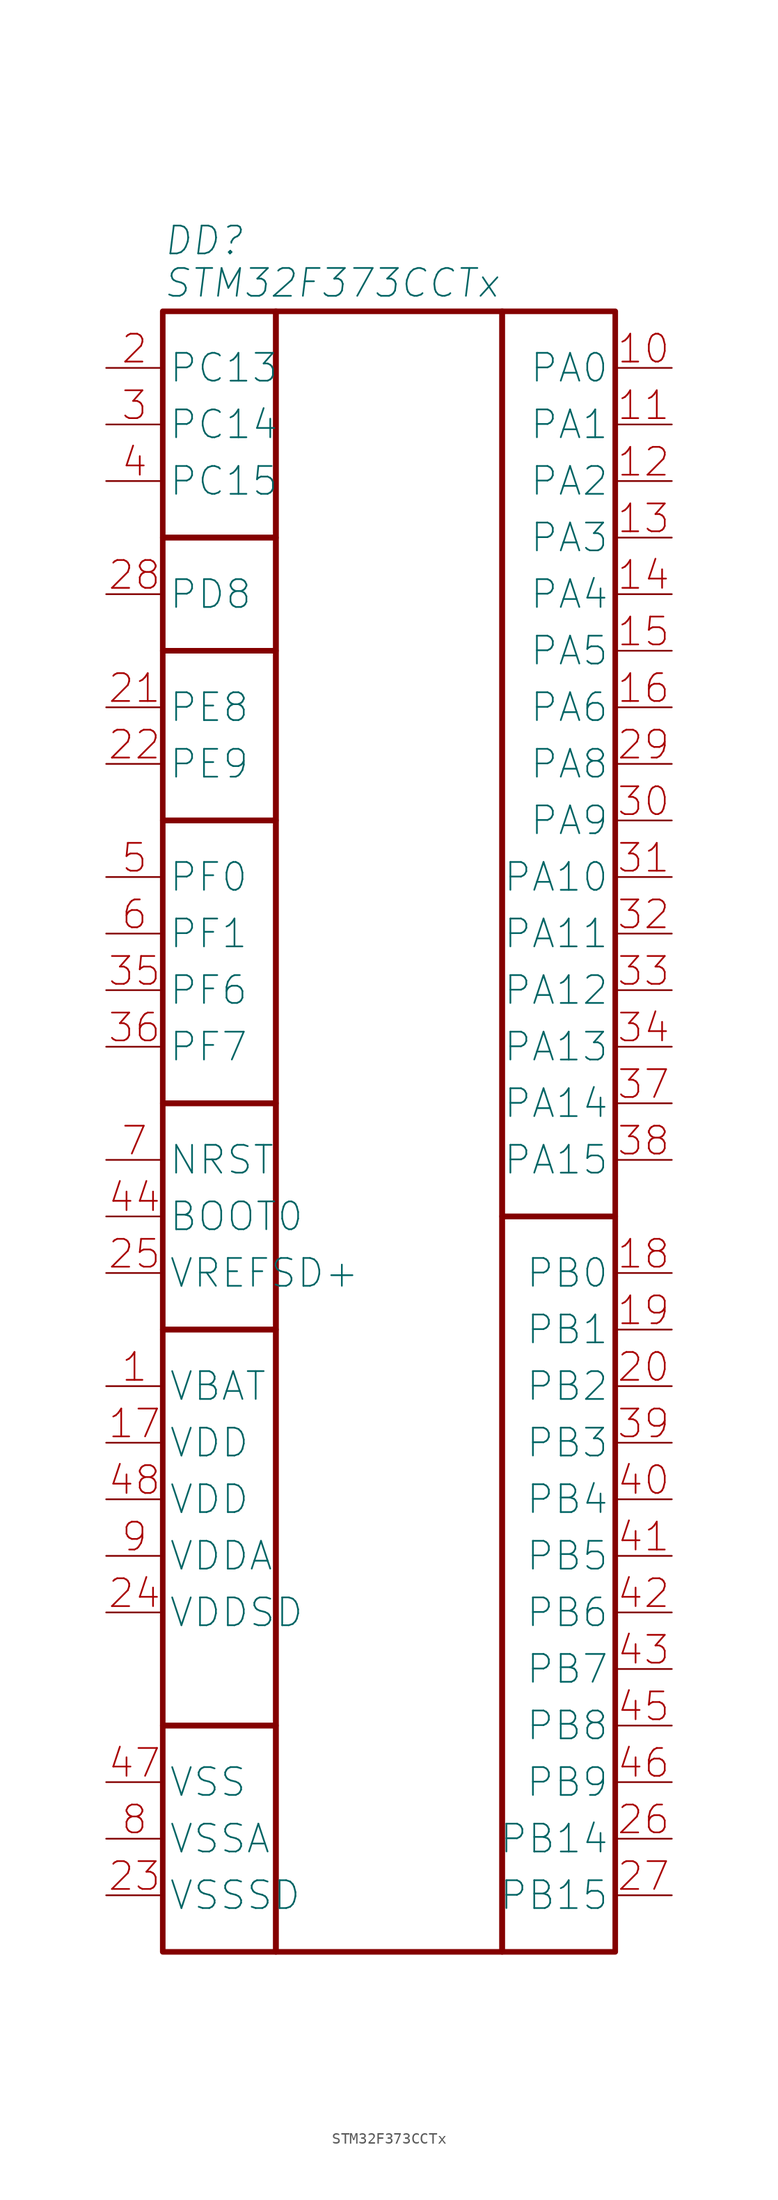
<source format=kicad_sym>
(kicad_symbol_lib
  (version 20231120)
  (generator "kicad_symbol_editor")
  (generator_version "8.0")
  (symbol "STM32F373CCTx"
    (property "Reference" "DD"
      (at -20.32 6.35 0)
      (effects (font (size 2.5 2.5) (italic yes)) (justify left)))
    (property "Value" "STM32F373CCTx"
      (at -20.32 2.54 0)
      (effects (font (size 2.5 2.5) (italic yes)) (justify left)))
    (symbol "STM32F373CCTx_1_1"
      (rectangle (start -20.32 -127) (end -10.16 -147.32) (stroke (width 0.5) (type default)) (fill (type none)))
      (rectangle (start -20.32 -91.44) (end -10.16 -127) (stroke (width 0.5) (type default)) (fill (type none)))
      (rectangle (start -20.32 -71.12) (end -10.16 -91.44) (stroke (width 0.5) (type default)) (fill (type none)))
      (rectangle (start -20.32 -45.72) (end -10.16 -71.12) (stroke (width 0.5) (type default)) (fill (type none)))
      (rectangle (start -20.32 -30.48) (end -10.16 -45.72) (stroke (width 0.5) (type default)) (fill (type none)))
      (rectangle (start -20.32 -20.32) (end -10.16 -30.48) (stroke (width 0.5) (type default)) (fill (type none)))
      (rectangle (start -20.32 0) (end -10.16 -20.32) (stroke (width 0.5) (type default)) (fill (type none)))
      (rectangle (start -10.16 0) (end 10.16 -147.32) (stroke (width 0.5) (type default)) (fill (type none)))
      (rectangle (start 10.16 -81.28) (end 20.32 -147.32) (stroke (width 0.5) (type default)) (fill (type none)))
      (rectangle (start 10.16 0) (end 20.32 -81.28) (stroke (width 0.5) (type default)) (fill (type none)))
      (pin power_in line (at -25.4 -96.52 0) (length 5.08) (name "VBAT" (effects (font (size 2.5 2.5)))) (number "1" (effects (font (size 2.5 2.5)))))
      (pin bidirectional line (at 25.4 -5.08 180) (length 5.08) (name "PA0" (effects (font (size 2.5 2.5)))) (number "10" (effects (font (size 2.5 2.5)))) (alternate "ADC1_IN0" bidirectional line) (alternate "COMP1_INM" bidirectional line) (alternate "COMP1_OUT" bidirectional line) (alternate "RTC_TAMP2" bidirectional line) (alternate "SYS_WKUP1" bidirectional line) (alternate "TIM19_CH1" bidirectional line) (alternate "TIM2_CH1" bidirectional line) (alternate "TIM2_ETR" bidirectional line) (alternate "TIM5_CH1" bidirectional line) (alternate "TIM5_ETR" bidirectional line) (alternate "TSC_G1_IO1" bidirectional line) (alternate "USART2_CTS" bidirectional line))
      (pin bidirectional line (at 25.4 -10.16 180) (length 5.08) (name "PA1" (effects (font (size 2.5 2.5)))) (number "11" (effects (font (size 2.5 2.5)))) (alternate "ADC1_IN1" bidirectional line) (alternate "COMP1_INP" bidirectional line) (alternate "I2S3_CK" bidirectional line) (alternate "RTC_REFIN" bidirectional line) (alternate "SPI3_SCK" bidirectional line) (alternate "TIM15_CH1N" bidirectional line) (alternate "TIM19_CH2" bidirectional line) (alternate "TIM2_CH2" bidirectional line) (alternate "TIM5_CH2" bidirectional line) (alternate "TSC_G1_IO2" bidirectional line) (alternate "USART2_DE" bidirectional line) (alternate "USART2_RTS" bidirectional line))
      (pin bidirectional line (at 25.4 -15.24 180) (length 5.08) (name "PA2" (effects (font (size 2.5 2.5)))) (number "12" (effects (font (size 2.5 2.5)))) (alternate "ADC1_IN2" bidirectional line) (alternate "COMP2_INM" bidirectional line) (alternate "COMP2_OUT" bidirectional line) (alternate "I2S3_MCK" bidirectional line) (alternate "SPI3_MISO" bidirectional line) (alternate "TIM15_CH1" bidirectional line) (alternate "TIM19_CH3" bidirectional line) (alternate "TIM2_CH3" bidirectional line) (alternate "TIM5_CH3" bidirectional line) (alternate "TSC_G1_IO3" bidirectional line) (alternate "USART2_TX" bidirectional line))
      (pin bidirectional line (at 25.4 -20.32 180) (length 5.08) (name "PA3" (effects (font (size 2.5 2.5)))) (number "13" (effects (font (size 2.5 2.5)))) (alternate "ADC1_IN3" bidirectional line) (alternate "COMP2_INP" bidirectional line) (alternate "I2S3_SD" bidirectional line) (alternate "SPI3_MOSI" bidirectional line) (alternate "TIM15_CH2" bidirectional line) (alternate "TIM19_CH4" bidirectional line) (alternate "TIM2_CH4" bidirectional line) (alternate "TIM5_CH4" bidirectional line) (alternate "TSC_G1_IO4" bidirectional line) (alternate "USART2_RX" bidirectional line))
      (pin bidirectional line (at 25.4 -25.4 180) (length 5.08) (name "PA4" (effects (font (size 2.5 2.5)))) (number "14" (effects (font (size 2.5 2.5)))) (alternate "ADC1_IN4" bidirectional line) (alternate "DAC1_OUT1" bidirectional line) (alternate "I2S1_WS" bidirectional line) (alternate "I2S3_WS" bidirectional line) (alternate "SPI1_NSS" bidirectional line) (alternate "SPI3_NSS" bidirectional line) (alternate "TIM12_CH1" bidirectional line) (alternate "TIM3_CH2" bidirectional line) (alternate "TSC_G2_IO1" bidirectional line) (alternate "USART2_CK" bidirectional line))
      (pin bidirectional line (at 25.4 -30.48 180) (length 5.08) (name "PA5" (effects (font (size 2.5 2.5)))) (number "15" (effects (font (size 2.5 2.5)))) (alternate "ADC1_IN5" bidirectional line) (alternate "CEC" bidirectional line) (alternate "DAC1_OUT2" bidirectional line) (alternate "I2S1_CK" bidirectional line) (alternate "SPI1_SCK" bidirectional line) (alternate "TIM12_CH2" bidirectional line) (alternate "TIM14_CH1" bidirectional line) (alternate "TIM2_CH1" bidirectional line) (alternate "TIM2_ETR" bidirectional line) (alternate "TSC_G2_IO2" bidirectional line))
      (pin bidirectional line (at 25.4 -35.56 180) (length 5.08) (name "PA6" (effects (font (size 2.5 2.5)))) (number "16" (effects (font (size 2.5 2.5)))) (alternate "ADC1_IN6" bidirectional line) (alternate "COMP1_OUT" bidirectional line) (alternate "DAC2_OUT1" bidirectional line) (alternate "I2S1_MCK" bidirectional line) (alternate "SPI1_MISO" bidirectional line) (alternate "TIM13_CH1" bidirectional line) (alternate "TIM16_CH1" bidirectional line) (alternate "TIM3_CH1" bidirectional line) (alternate "TSC_G2_IO3" bidirectional line))
      (pin power_in line (at -25.4 -101.6 0) (length 5.08) (name "VDD" (effects (font (size 2.5 2.5)))) (number "17" (effects (font (size 2.5 2.5)))))
      (pin bidirectional line (at 25.4 -86.36 180) (length 5.08) (name "PB0" (effects (font (size 2.5 2.5)))) (number "18" (effects (font (size 2.5 2.5)))) (alternate "ADC1_IN8" bidirectional line) (alternate "I2S1_SD" bidirectional line) (alternate "SDADC1_AIN6P" bidirectional line) (alternate "SPI1_MOSI" bidirectional line) (alternate "TIM3_CH2" bidirectional line) (alternate "TIM3_CH3" bidirectional line) (alternate "TSC_G3_IO3" bidirectional line))
      (pin bidirectional line (at 25.4 -91.44 180) (length 5.08) (name "PB1" (effects (font (size 2.5 2.5)))) (number "19" (effects (font (size 2.5 2.5)))) (alternate "ADC1_IN9" bidirectional line) (alternate "SDADC1_AIN5P" bidirectional line) (alternate "SDADC1_AIN6M" bidirectional line) (alternate "TIM3_CH4" bidirectional line) (alternate "TSC_G3_IO4" bidirectional line))
      (pin bidirectional line (at -25.4 -5.08 0) (length 5.08) (name "PC13" (effects (font (size 2.5 2.5)))) (number "2" (effects (font (size 2.5 2.5)))) (alternate "RTC_OUT_ALARM" bidirectional line) (alternate "RTC_OUT_CALIB" bidirectional line) (alternate "RTC_TAMP1" bidirectional line) (alternate "RTC_TS" bidirectional line) (alternate "SYS_WKUP2" bidirectional line))
      (pin bidirectional line (at 25.4 -96.52 180) (length 5.08) (name "PB2" (effects (font (size 2.5 2.5)))) (number "20" (effects (font (size 2.5 2.5)))) (alternate "SDADC1_AIN4P" bidirectional line) (alternate "SDADC2_AIN6P" bidirectional line))
      (pin bidirectional line (at -25.4 -35.56 0) (length 5.08) (name "PE8" (effects (font (size 2.5 2.5)))) (number "21" (effects (font (size 2.5 2.5)))) (alternate "SDADC1_AIN8P" bidirectional line) (alternate "SDADC2_AIN8P" bidirectional line))
      (pin bidirectional line (at -25.4 -40.64 0) (length 5.08) (name "PE9" (effects (font (size 2.5 2.5)))) (number "22" (effects (font (size 2.5 2.5)))) (alternate "DAC1_EXTI9" bidirectional line) (alternate "DAC2_EXTI9" bidirectional line) (alternate "SDADC1_AIN7P" bidirectional line) (alternate "SDADC1_AIN8M" bidirectional line) (alternate "SDADC2_AIN7P" bidirectional line) (alternate "SDADC2_AIN8M" bidirectional line))
      (pin power_in line (at -25.4 -142.24 0) (length 5.08) (name "VSSSD" (effects (font (size 2.5 2.5)))) (number "23" (effects (font (size 2.5 2.5)))))
      (pin power_in line (at -25.4 -116.84 0) (length 5.08) (name "VDDSD" (effects (font (size 2.5 2.5)))) (number "24" (effects (font (size 2.5 2.5)))))
      (pin input line (at -25.4 -86.36 0) (length 5.08) (name "VREFSD+" (effects (font (size 2.5 2.5)))) (number "25" (effects (font (size 2.5 2.5)))))
      (pin bidirectional line (at 25.4 -137.16 180) (length 5.08) (name "PB14" (effects (font (size 2.5 2.5)))) (number "26" (effects (font (size 2.5 2.5)))) (alternate "I2S2_MCK" bidirectional line) (alternate "SDADC3_AIN8P" bidirectional line) (alternate "SPI2_MISO" bidirectional line) (alternate "TIM12_CH1" bidirectional line) (alternate "TIM15_CH1" bidirectional line) (alternate "TSC_G6_IO1" bidirectional line) (alternate "USART3_DE" bidirectional line) (alternate "USART3_RTS" bidirectional line))
      (pin bidirectional line (at 25.4 -142.24 180) (length 5.08) (name "PB15" (effects (font (size 2.5 2.5)))) (number "27" (effects (font (size 2.5 2.5)))) (alternate "ADC1_EXTI15" bidirectional line) (alternate "I2S2_SD" bidirectional line) (alternate "RTC_REFIN" bidirectional line) (alternate "SDADC1_EXTI15" bidirectional line) (alternate "SDADC2_EXTI15" bidirectional line) (alternate "SDADC3_AIN7P" bidirectional line) (alternate "SDADC3_AIN8M" bidirectional line) (alternate "SDADC3_EXTI15" bidirectional line) (alternate "SPI2_MOSI" bidirectional line) (alternate "TIM12_CH2" bidirectional line) (alternate "TIM15_CH1N" bidirectional line) (alternate "TIM15_CH2" bidirectional line) (alternate "TSC_G6_IO2" bidirectional line))
      (pin bidirectional line (at -25.4 -25.4 0) (length 5.08) (name "PD8" (effects (font (size 2.5 2.5)))) (number "28" (effects (font (size 2.5 2.5)))) (alternate "I2S2_CK" bidirectional line) (alternate "SDADC3_AIN6P" bidirectional line) (alternate "SPI2_SCK" bidirectional line) (alternate "TSC_G6_IO3" bidirectional line) (alternate "USART3_TX" bidirectional line))
      (pin bidirectional line (at 25.4 -40.64 180) (length 5.08) (name "PA8" (effects (font (size 2.5 2.5)))) (number "29" (effects (font (size 2.5 2.5)))) (alternate "I2C2_SMBA" bidirectional line) (alternate "I2S2_CK" bidirectional line) (alternate "RCC_MCO" bidirectional line) (alternate "SPI2_SCK" bidirectional line) (alternate "TIM4_ETR" bidirectional line) (alternate "TIM5_CH1" bidirectional line) (alternate "TIM5_ETR" bidirectional line) (alternate "USART1_CK" bidirectional line))
      (pin bidirectional line (at -25.4 -10.16 0) (length 5.08) (name "PC14" (effects (font (size 2.5 2.5)))) (number "3" (effects (font (size 2.5 2.5)))) (alternate "RCC_OSC32_IN" bidirectional line))
      (pin bidirectional line (at 25.4 -45.72 180) (length 5.08) (name "PA9" (effects (font (size 2.5 2.5)))) (number "30" (effects (font (size 2.5 2.5)))) (alternate "DAC1_EXTI9" bidirectional line) (alternate "DAC2_EXTI9" bidirectional line) (alternate "I2C2_SCL" bidirectional line) (alternate "I2S2_MCK" bidirectional line) (alternate "SPI2_MISO" bidirectional line) (alternate "TIM13_CH1" bidirectional line) (alternate "TIM15_BKIN" bidirectional line) (alternate "TIM2_CH3" bidirectional line) (alternate "TSC_G4_IO1" bidirectional line) (alternate "USART1_TX" bidirectional line))
      (pin bidirectional line (at 25.4 -50.8 180) (length 5.08) (name "PA10" (effects (font (size 2.5 2.5)))) (number "31" (effects (font (size 2.5 2.5)))) (alternate "I2C2_SDA" bidirectional line) (alternate "I2S2_SD" bidirectional line) (alternate "SPI2_MOSI" bidirectional line) (alternate "TIM14_CH1" bidirectional line) (alternate "TIM17_BKIN" bidirectional line) (alternate "TIM2_CH4" bidirectional line) (alternate "TSC_G4_IO2" bidirectional line) (alternate "USART1_RX" bidirectional line))
      (pin bidirectional line (at 25.4 -55.88 180) (length 5.08) (name "PA11" (effects (font (size 2.5 2.5)))) (number "32" (effects (font (size 2.5 2.5)))) (alternate "ADC1_EXTI11" bidirectional line) (alternate "CAN_RX" bidirectional line) (alternate "COMP1_OUT" bidirectional line) (alternate "I2S1_WS" bidirectional line) (alternate "I2S2_WS" bidirectional line) (alternate "SDADC1_EXTI11" bidirectional line) (alternate "SDADC2_EXTI11" bidirectional line) (alternate "SDADC3_EXTI11" bidirectional line) (alternate "SPI1_NSS" bidirectional line) (alternate "SPI2_NSS" bidirectional line) (alternate "TIM4_CH1" bidirectional line) (alternate "TIM5_CH2" bidirectional line) (alternate "USART1_CTS" bidirectional line) (alternate "USB_DM" bidirectional line))
      (pin bidirectional line (at 25.4 -60.96 180) (length 5.08) (name "PA12" (effects (font (size 2.5 2.5)))) (number "33" (effects (font (size 2.5 2.5)))) (alternate "CAN_TX" bidirectional line) (alternate "COMP2_OUT" bidirectional line) (alternate "I2S1_CK" bidirectional line) (alternate "SPI1_SCK" bidirectional line) (alternate "TIM16_CH1" bidirectional line) (alternate "TIM4_CH2" bidirectional line) (alternate "TIM5_CH3" bidirectional line) (alternate "USART1_DE" bidirectional line) (alternate "USART1_RTS" bidirectional line) (alternate "USB_DP" bidirectional line))
      (pin bidirectional line (at 25.4 -66.04 180) (length 5.08) (name "PA13" (effects (font (size 2.5 2.5)))) (number "34" (effects (font (size 2.5 2.5)))) (alternate "I2S1_MCK" bidirectional line) (alternate "IR_OUT" bidirectional line) (alternate "SPI1_MISO" bidirectional line) (alternate "SYS_JTMS-SWDIO" bidirectional line) (alternate "TIM16_CH1N" bidirectional line) (alternate "TIM4_CH3" bidirectional line) (alternate "TIM5_CH4" bidirectional line) (alternate "TSC_G4_IO3" bidirectional line) (alternate "USART3_CTS" bidirectional line))
      (pin bidirectional line (at -25.4 -60.96 0) (length 5.08) (name "PF6" (effects (font (size 2.5 2.5)))) (number "35" (effects (font (size 2.5 2.5)))) (alternate "I2C2_SCL" bidirectional line) (alternate "I2S1_SD" bidirectional line) (alternate "SPI1_MOSI" bidirectional line) (alternate "TIM4_CH4" bidirectional line) (alternate "USART3_DE" bidirectional line) (alternate "USART3_RTS" bidirectional line))
      (pin bidirectional line (at -25.4 -66.04 0) (length 5.08) (name "PF7" (effects (font (size 2.5 2.5)))) (number "36" (effects (font (size 2.5 2.5)))) (alternate "I2C2_SDA" bidirectional line) (alternate "USART2_CK" bidirectional line))
      (pin bidirectional line (at 25.4 -71.12 180) (length 5.08) (name "PA14" (effects (font (size 2.5 2.5)))) (number "37" (effects (font (size 2.5 2.5)))) (alternate "I2C1_SDA" bidirectional line) (alternate "SYS_JTCK-SWCLK" bidirectional line) (alternate "TIM12_CH1" bidirectional line) (alternate "TSC_G4_IO4" bidirectional line))
      (pin bidirectional line (at 25.4 -76.2 180) (length 5.08) (name "PA15" (effects (font (size 2.5 2.5)))) (number "38" (effects (font (size 2.5 2.5)))) (alternate "ADC1_EXTI15" bidirectional line) (alternate "I2C1_SCL" bidirectional line) (alternate "I2S1_WS" bidirectional line) (alternate "I2S3_WS" bidirectional line) (alternate "SDADC1_EXTI15" bidirectional line) (alternate "SDADC2_EXTI15" bidirectional line) (alternate "SDADC3_EXTI15" bidirectional line) (alternate "SPI1_NSS" bidirectional line) (alternate "SPI3_NSS" bidirectional line) (alternate "SYS_JTDI" bidirectional line) (alternate "TIM12_CH2" bidirectional line) (alternate "TIM2_CH1" bidirectional line) (alternate "TIM2_ETR" bidirectional line) (alternate "TSC_SYNC" bidirectional line))
      (pin bidirectional line (at 25.4 -101.6 180) (length 5.08) (name "PB3" (effects (font (size 2.5 2.5)))) (number "39" (effects (font (size 2.5 2.5)))) (alternate "I2S1_CK" bidirectional line) (alternate "I2S3_CK" bidirectional line) (alternate "SPI1_SCK" bidirectional line) (alternate "SPI3_SCK" bidirectional line) (alternate "SYS_JTDO-TRACESWO" bidirectional line) (alternate "TIM13_CH1" bidirectional line) (alternate "TIM2_CH2" bidirectional line) (alternate "TIM3_ETR" bidirectional line) (alternate "TIM4_ETR" bidirectional line) (alternate "TSC_G5_IO1" bidirectional line) (alternate "USART2_TX" bidirectional line))
      (pin bidirectional line (at -25.4 -15.24 0) (length 5.08) (name "PC15" (effects (font (size 2.5 2.5)))) (number "4" (effects (font (size 2.5 2.5)))) (alternate "ADC1_EXTI15" bidirectional line) (alternate "RCC_OSC32_OUT" bidirectional line) (alternate "SDADC1_EXTI15" bidirectional line) (alternate "SDADC2_EXTI15" bidirectional line) (alternate "SDADC3_EXTI15" bidirectional line))
      (pin bidirectional line (at 25.4 -106.68 180) (length 5.08) (name "PB4" (effects (font (size 2.5 2.5)))) (number "40" (effects (font (size 2.5 2.5)))) (alternate "I2S1_MCK" bidirectional line) (alternate "I2S3_MCK" bidirectional line) (alternate "SPI1_MISO" bidirectional line) (alternate "SPI3_MISO" bidirectional line) (alternate "SYS_NJTRST" bidirectional line) (alternate "TIM15_CH1N" bidirectional line) (alternate "TIM16_CH1" bidirectional line) (alternate "TIM17_BKIN" bidirectional line) (alternate "TIM3_CH1" bidirectional line) (alternate "TSC_G5_IO2" bidirectional line) (alternate "USART2_RX" bidirectional line))
      (pin bidirectional line (at 25.4 -111.76 180) (length 5.08) (name "PB5" (effects (font (size 2.5 2.5)))) (number "41" (effects (font (size 2.5 2.5)))) (alternate "I2C1_SMBA" bidirectional line) (alternate "I2S1_SD" bidirectional line) (alternate "I2S3_SD" bidirectional line) (alternate "SPI1_MOSI" bidirectional line) (alternate "SPI3_MOSI" bidirectional line) (alternate "TIM16_BKIN" bidirectional line) (alternate "TIM17_CH1" bidirectional line) (alternate "TIM19_ETR" bidirectional line) (alternate "TIM3_CH2" bidirectional line) (alternate "USART2_CK" bidirectional line))
      (pin bidirectional line (at 25.4 -116.84 180) (length 5.08) (name "PB6" (effects (font (size 2.5 2.5)))) (number "42" (effects (font (size 2.5 2.5)))) (alternate "I2C1_SCL" bidirectional line) (alternate "TIM15_CH1" bidirectional line) (alternate "TIM16_CH1N" bidirectional line) (alternate "TIM19_CH1" bidirectional line) (alternate "TIM3_CH3" bidirectional line) (alternate "TIM4_CH1" bidirectional line) (alternate "TSC_G5_IO3" bidirectional line) (alternate "USART1_TX" bidirectional line))
      (pin bidirectional line (at 25.4 -121.92 180) (length 5.08) (name "PB7" (effects (font (size 2.5 2.5)))) (number "43" (effects (font (size 2.5 2.5)))) (alternate "I2C1_SDA" bidirectional line) (alternate "TIM15_CH2" bidirectional line) (alternate "TIM17_CH1N" bidirectional line) (alternate "TIM19_CH2" bidirectional line) (alternate "TIM3_CH4" bidirectional line) (alternate "TIM4_CH2" bidirectional line) (alternate "TSC_G5_IO4" bidirectional line) (alternate "USART1_RX" bidirectional line))
      (pin input line (at -25.4 -81.28 0) (length 5.08) (name "BOOT0" (effects (font (size 2.5 2.5)))) (number "44" (effects (font (size 2.5 2.5)))))
      (pin bidirectional line (at 25.4 -127 180) (length 5.08) (name "PB8" (effects (font (size 2.5 2.5)))) (number "45" (effects (font (size 2.5 2.5)))) (alternate "CAN_RX" bidirectional line) (alternate "CEC" bidirectional line) (alternate "COMP1_OUT" bidirectional line) (alternate "I2C1_SCL" bidirectional line) (alternate "I2S2_CK" bidirectional line) (alternate "SPI2_SCK" bidirectional line) (alternate "TIM16_CH1" bidirectional line) (alternate "TIM19_CH3" bidirectional line) (alternate "TIM4_CH3" bidirectional line) (alternate "TSC_SYNC" bidirectional line) (alternate "USART3_TX" bidirectional line))
      (pin bidirectional line (at 25.4 -132.08 180) (length 5.08) (name "PB9" (effects (font (size 2.5 2.5)))) (number "46" (effects (font (size 2.5 2.5)))) (alternate "CAN_TX" bidirectional line) (alternate "COMP2_OUT" bidirectional line) (alternate "DAC1_EXTI9" bidirectional line) (alternate "DAC2_EXTI9" bidirectional line) (alternate "I2C1_SDA" bidirectional line) (alternate "I2S2_WS" bidirectional line) (alternate "IR_OUT" bidirectional line) (alternate "SPI2_NSS" bidirectional line) (alternate "TIM17_CH1" bidirectional line) (alternate "TIM19_CH4" bidirectional line) (alternate "TIM4_CH4" bidirectional line) (alternate "USART3_RX" bidirectional line))
      (pin power_in line (at -25.4 -132.08 0) (length 5.08) (name "VSS" (effects (font (size 2.5 2.5)))) (number "47" (effects (font (size 2.5 2.5)))))
      (pin power_in line (at -25.4 -106.68 0) (length 5.08) (name "VDD" (effects (font (size 2.5 2.5)))) (number "48" (effects (font (size 2.5 2.5)))))
      (pin bidirectional line (at -25.4 -50.8 0) (length 5.08) (name "PF0" (effects (font (size 2.5 2.5)))) (number "5" (effects (font (size 2.5 2.5)))) (alternate "I2C2_SDA" bidirectional line) (alternate "RCC_OSC_IN" bidirectional line))
      (pin bidirectional line (at -25.4 -55.88 0) (length 5.08) (name "PF1" (effects (font (size 2.5 2.5)))) (number "6" (effects (font (size 2.5 2.5)))) (alternate "I2C2_SCL" bidirectional line) (alternate "RCC_OSC_OUT" bidirectional line))
      (pin input line (at -25.4 -76.2 0) (length 5.08) (name "NRST" (effects (font (size 2.5 2.5)))) (number "7" (effects (font (size 2.5 2.5)))))
      (pin power_in line (at -25.4 -137.16 0) (length 5.08) (name "VSSA" (effects (font (size 2.5 2.5)))) (number "8" (effects (font (size 2.5 2.5)))))
      (pin power_in line (at -25.4 -111.76 0) (length 5.08) (name "VDDA" (effects (font (size 2.5 2.5)))) (number "9" (effects (font (size 2.5 2.5))))))))
</source>
